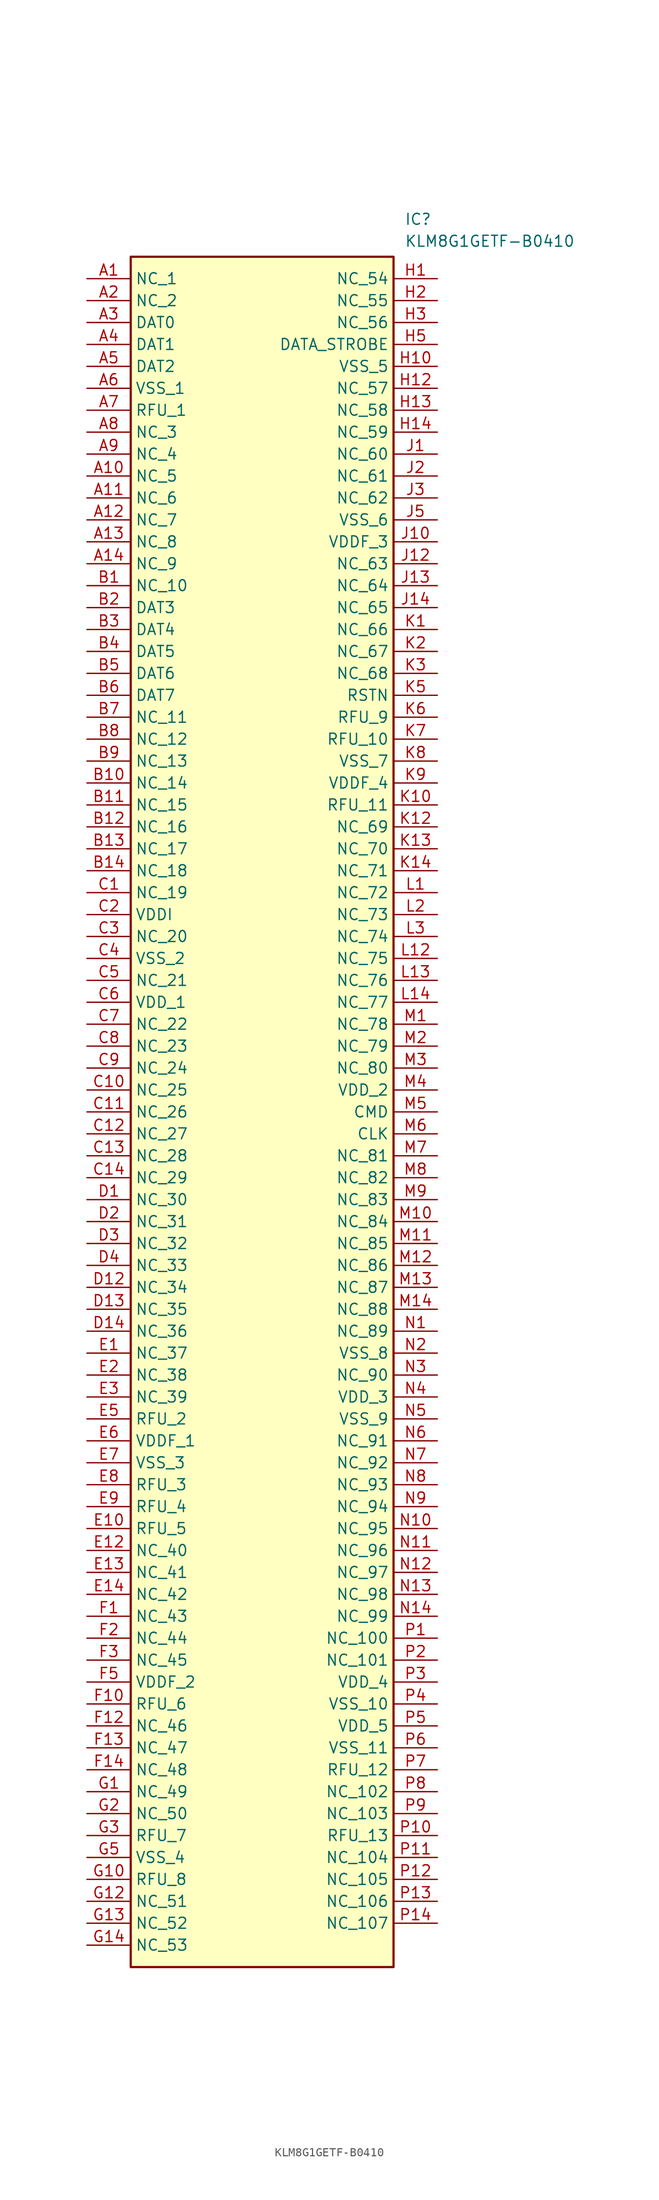
<source format=kicad_sym>
(kicad_symbol_lib
  (version 20211014)
  (generator SamacSys_ECAD_Model)
  (symbol "KLM8G1GETF-B0410"
    (property "Reference" "IC"
      (at 36.83 7.62 0)
      (effects (font (size 1.27 1.27)) (justify left top)))
    (property "Value" "KLM8G1GETF-B0410"
      (at 36.83 5.08 0)
      (effects (font (size 1.27 1.27)) (justify left top)))
    (rectangle
      (start 5.08 2.54)
      (end 35.56 -195.58)
      (stroke (width 0.254) (type default))
      (fill (type background)))
    (pin passive line
      (at 0 0 0)
      (length 5.08)
      (name "NC_1" (effects (font (size 1.27 1.27))))
      (number "A1" (effects (font (size 1.27 1.27)))))
    (pin passive line
      (at 0 -2.54 0)
      (length 5.08)
      (name "NC_2" (effects (font (size 1.27 1.27))))
      (number "A2" (effects (font (size 1.27 1.27)))))
    (pin passive line
      (at 0 -5.08 0)
      (length 5.08)
      (name "DAT0" (effects (font (size 1.27 1.27))))
      (number "A3" (effects (font (size 1.27 1.27)))))
    (pin passive line
      (at 0 -7.62 0)
      (length 5.08)
      (name "DAT1" (effects (font (size 1.27 1.27))))
      (number "A4" (effects (font (size 1.27 1.27)))))
    (pin passive line
      (at 0 -10.16 0)
      (length 5.08)
      (name "DAT2" (effects (font (size 1.27 1.27))))
      (number "A5" (effects (font (size 1.27 1.27)))))
    (pin passive line
      (at 0 -12.7 0)
      (length 5.08)
      (name "VSS_1" (effects (font (size 1.27 1.27))))
      (number "A6" (effects (font (size 1.27 1.27)))))
    (pin passive line
      (at 0 -15.24 0)
      (length 5.08)
      (name "RFU_1" (effects (font (size 1.27 1.27))))
      (number "A7" (effects (font (size 1.27 1.27)))))
    (pin passive line
      (at 0 -17.78 0)
      (length 5.08)
      (name "NC_3" (effects (font (size 1.27 1.27))))
      (number "A8" (effects (font (size 1.27 1.27)))))
    (pin passive line
      (at 0 -20.32 0)
      (length 5.08)
      (name "NC_4" (effects (font (size 1.27 1.27))))
      (number "A9" (effects (font (size 1.27 1.27)))))
    (pin passive line
      (at 0 -22.86 0)
      (length 5.08)
      (name "NC_5" (effects (font (size 1.27 1.27))))
      (number "A10" (effects (font (size 1.27 1.27)))))
    (pin passive line
      (at 0 -25.4 0)
      (length 5.08)
      (name "NC_6" (effects (font (size 1.27 1.27))))
      (number "A11" (effects (font (size 1.27 1.27)))))
    (pin passive line
      (at 0 -27.94 0)
      (length 5.08)
      (name "NC_7" (effects (font (size 1.27 1.27))))
      (number "A12" (effects (font (size 1.27 1.27)))))
    (pin passive line
      (at 0 -30.48 0)
      (length 5.08)
      (name "NC_8" (effects (font (size 1.27 1.27))))
      (number "A13" (effects (font (size 1.27 1.27)))))
    (pin passive line
      (at 0 -33.02 0)
      (length 5.08)
      (name "NC_9" (effects (font (size 1.27 1.27))))
      (number "A14" (effects (font (size 1.27 1.27)))))
    (pin passive line
      (at 0 -35.56 0)
      (length 5.08)
      (name "NC_10" (effects (font (size 1.27 1.27))))
      (number "B1" (effects (font (size 1.27 1.27)))))
    (pin passive line
      (at 0 -38.1 0)
      (length 5.08)
      (name "DAT3" (effects (font (size 1.27 1.27))))
      (number "B2" (effects (font (size 1.27 1.27)))))
    (pin passive line
      (at 0 -40.64 0)
      (length 5.08)
      (name "DAT4" (effects (font (size 1.27 1.27))))
      (number "B3" (effects (font (size 1.27 1.27)))))
    (pin passive line
      (at 0 -43.18 0)
      (length 5.08)
      (name "DAT5" (effects (font (size 1.27 1.27))))
      (number "B4" (effects (font (size 1.27 1.27)))))
    (pin passive line
      (at 0 -45.72 0)
      (length 5.08)
      (name "DAT6" (effects (font (size 1.27 1.27))))
      (number "B5" (effects (font (size 1.27 1.27)))))
    (pin passive line
      (at 0 -48.26 0)
      (length 5.08)
      (name "DAT7" (effects (font (size 1.27 1.27))))
      (number "B6" (effects (font (size 1.27 1.27)))))
    (pin passive line
      (at 0 -50.8 0)
      (length 5.08)
      (name "NC_11" (effects (font (size 1.27 1.27))))
      (number "B7" (effects (font (size 1.27 1.27)))))
    (pin passive line
      (at 0 -53.34 0)
      (length 5.08)
      (name "NC_12" (effects (font (size 1.27 1.27))))
      (number "B8" (effects (font (size 1.27 1.27)))))
    (pin passive line
      (at 0 -55.88 0)
      (length 5.08)
      (name "NC_13" (effects (font (size 1.27 1.27))))
      (number "B9" (effects (font (size 1.27 1.27)))))
    (pin passive line
      (at 0 -58.42 0)
      (length 5.08)
      (name "NC_14" (effects (font (size 1.27 1.27))))
      (number "B10" (effects (font (size 1.27 1.27)))))
    (pin passive line
      (at 0 -60.96 0)
      (length 5.08)
      (name "NC_15" (effects (font (size 1.27 1.27))))
      (number "B11" (effects (font (size 1.27 1.27)))))
    (pin passive line
      (at 0 -63.5 0)
      (length 5.08)
      (name "NC_16" (effects (font (size 1.27 1.27))))
      (number "B12" (effects (font (size 1.27 1.27)))))
    (pin passive line
      (at 0 -66.04 0)
      (length 5.08)
      (name "NC_17" (effects (font (size 1.27 1.27))))
      (number "B13" (effects (font (size 1.27 1.27)))))
    (pin passive line
      (at 0 -68.58 0)
      (length 5.08)
      (name "NC_18" (effects (font (size 1.27 1.27))))
      (number "B14" (effects (font (size 1.27 1.27)))))
    (pin passive line
      (at 0 -71.12 0)
      (length 5.08)
      (name "NC_19" (effects (font (size 1.27 1.27))))
      (number "C1" (effects (font (size 1.27 1.27)))))
    (pin passive line
      (at 0 -73.66 0)
      (length 5.08)
      (name "VDDI" (effects (font (size 1.27 1.27))))
      (number "C2" (effects (font (size 1.27 1.27)))))
    (pin passive line
      (at 0 -76.2 0)
      (length 5.08)
      (name "NC_20" (effects (font (size 1.27 1.27))))
      (number "C3" (effects (font (size 1.27 1.27)))))
    (pin passive line
      (at 0 -78.74 0)
      (length 5.08)
      (name "VSS_2" (effects (font (size 1.27 1.27))))
      (number "C4" (effects (font (size 1.27 1.27)))))
    (pin passive line
      (at 0 -81.28 0)
      (length 5.08)
      (name "NC_21" (effects (font (size 1.27 1.27))))
      (number "C5" (effects (font (size 1.27 1.27)))))
    (pin passive line
      (at 0 -83.82 0)
      (length 5.08)
      (name "VDD_1" (effects (font (size 1.27 1.27))))
      (number "C6" (effects (font (size 1.27 1.27)))))
    (pin passive line
      (at 0 -86.36 0)
      (length 5.08)
      (name "NC_22" (effects (font (size 1.27 1.27))))
      (number "C7" (effects (font (size 1.27 1.27)))))
    (pin passive line
      (at 0 -88.9 0)
      (length 5.08)
      (name "NC_23" (effects (font (size 1.27 1.27))))
      (number "C8" (effects (font (size 1.27 1.27)))))
    (pin passive line
      (at 0 -91.44 0)
      (length 5.08)
      (name "NC_24" (effects (font (size 1.27 1.27))))
      (number "C9" (effects (font (size 1.27 1.27)))))
    (pin passive line
      (at 0 -93.98 0)
      (length 5.08)
      (name "NC_25" (effects (font (size 1.27 1.27))))
      (number "C10" (effects (font (size 1.27 1.27)))))
    (pin passive line
      (at 0 -96.52 0)
      (length 5.08)
      (name "NC_26" (effects (font (size 1.27 1.27))))
      (number "C11" (effects (font (size 1.27 1.27)))))
    (pin passive line
      (at 0 -99.06 0)
      (length 5.08)
      (name "NC_27" (effects (font (size 1.27 1.27))))
      (number "C12" (effects (font (size 1.27 1.27)))))
    (pin passive line
      (at 0 -101.6 0)
      (length 5.08)
      (name "NC_28" (effects (font (size 1.27 1.27))))
      (number "C13" (effects (font (size 1.27 1.27)))))
    (pin passive line
      (at 0 -104.14 0)
      (length 5.08)
      (name "NC_29" (effects (font (size 1.27 1.27))))
      (number "C14" (effects (font (size 1.27 1.27)))))
    (pin passive line
      (at 0 -106.68 0)
      (length 5.08)
      (name "NC_30" (effects (font (size 1.27 1.27))))
      (number "D1" (effects (font (size 1.27 1.27)))))
    (pin passive line
      (at 0 -109.22 0)
      (length 5.08)
      (name "NC_31" (effects (font (size 1.27 1.27))))
      (number "D2" (effects (font (size 1.27 1.27)))))
    (pin passive line
      (at 0 -111.76 0)
      (length 5.08)
      (name "NC_32" (effects (font (size 1.27 1.27))))
      (number "D3" (effects (font (size 1.27 1.27)))))
    (pin passive line
      (at 0 -114.3 0)
      (length 5.08)
      (name "NC_33" (effects (font (size 1.27 1.27))))
      (number "D4" (effects (font (size 1.27 1.27)))))
    (pin passive line
      (at 0 -116.84 0)
      (length 5.08)
      (name "NC_34" (effects (font (size 1.27 1.27))))
      (number "D12" (effects (font (size 1.27 1.27)))))
    (pin passive line
      (at 0 -119.38 0)
      (length 5.08)
      (name "NC_35" (effects (font (size 1.27 1.27))))
      (number "D13" (effects (font (size 1.27 1.27)))))
    (pin passive line
      (at 0 -121.92 0)
      (length 5.08)
      (name "NC_36" (effects (font (size 1.27 1.27))))
      (number "D14" (effects (font (size 1.27 1.27)))))
    (pin passive line
      (at 0 -124.46 0)
      (length 5.08)
      (name "NC_37" (effects (font (size 1.27 1.27))))
      (number "E1" (effects (font (size 1.27 1.27)))))
    (pin passive line
      (at 0 -127 0)
      (length 5.08)
      (name "NC_38" (effects (font (size 1.27 1.27))))
      (number "E2" (effects (font (size 1.27 1.27)))))
    (pin passive line
      (at 0 -129.54 0)
      (length 5.08)
      (name "NC_39" (effects (font (size 1.27 1.27))))
      (number "E3" (effects (font (size 1.27 1.27)))))
    (pin passive line
      (at 0 -132.08 0)
      (length 5.08)
      (name "RFU_2" (effects (font (size 1.27 1.27))))
      (number "E5" (effects (font (size 1.27 1.27)))))
    (pin passive line
      (at 0 -134.62 0)
      (length 5.08)
      (name "VDDF_1" (effects (font (size 1.27 1.27))))
      (number "E6" (effects (font (size 1.27 1.27)))))
    (pin passive line
      (at 0 -137.16 0)
      (length 5.08)
      (name "VSS_3" (effects (font (size 1.27 1.27))))
      (number "E7" (effects (font (size 1.27 1.27)))))
    (pin passive line
      (at 0 -139.7 0)
      (length 5.08)
      (name "RFU_3" (effects (font (size 1.27 1.27))))
      (number "E8" (effects (font (size 1.27 1.27)))))
    (pin passive line
      (at 0 -142.24 0)
      (length 5.08)
      (name "RFU_4" (effects (font (size 1.27 1.27))))
      (number "E9" (effects (font (size 1.27 1.27)))))
    (pin passive line
      (at 0 -144.78 0)
      (length 5.08)
      (name "RFU_5" (effects (font (size 1.27 1.27))))
      (number "E10" (effects (font (size 1.27 1.27)))))
    (pin passive line
      (at 0 -147.32 0)
      (length 5.08)
      (name "NC_40" (effects (font (size 1.27 1.27))))
      (number "E12" (effects (font (size 1.27 1.27)))))
    (pin passive line
      (at 0 -149.86 0)
      (length 5.08)
      (name "NC_41" (effects (font (size 1.27 1.27))))
      (number "E13" (effects (font (size 1.27 1.27)))))
    (pin passive line
      (at 0 -152.4 0)
      (length 5.08)
      (name "NC_42" (effects (font (size 1.27 1.27))))
      (number "E14" (effects (font (size 1.27 1.27)))))
    (pin passive line
      (at 0 -154.94 0)
      (length 5.08)
      (name "NC_43" (effects (font (size 1.27 1.27))))
      (number "F1" (effects (font (size 1.27 1.27)))))
    (pin passive line
      (at 0 -157.48 0)
      (length 5.08)
      (name "NC_44" (effects (font (size 1.27 1.27))))
      (number "F2" (effects (font (size 1.27 1.27)))))
    (pin passive line
      (at 0 -160.02 0)
      (length 5.08)
      (name "NC_45" (effects (font (size 1.27 1.27))))
      (number "F3" (effects (font (size 1.27 1.27)))))
    (pin passive line
      (at 0 -162.56 0)
      (length 5.08)
      (name "VDDF_2" (effects (font (size 1.27 1.27))))
      (number "F5" (effects (font (size 1.27 1.27)))))
    (pin passive line
      (at 0 -165.1 0)
      (length 5.08)
      (name "RFU_6" (effects (font (size 1.27 1.27))))
      (number "F10" (effects (font (size 1.27 1.27)))))
    (pin passive line
      (at 0 -167.64 0)
      (length 5.08)
      (name "NC_46" (effects (font (size 1.27 1.27))))
      (number "F12" (effects (font (size 1.27 1.27)))))
    (pin passive line
      (at 0 -170.18 0)
      (length 5.08)
      (name "NC_47" (effects (font (size 1.27 1.27))))
      (number "F13" (effects (font (size 1.27 1.27)))))
    (pin passive line
      (at 0 -172.72 0)
      (length 5.08)
      (name "NC_48" (effects (font (size 1.27 1.27))))
      (number "F14" (effects (font (size 1.27 1.27)))))
    (pin passive line
      (at 0 -175.26 0)
      (length 5.08)
      (name "NC_49" (effects (font (size 1.27 1.27))))
      (number "G1" (effects (font (size 1.27 1.27)))))
    (pin passive line
      (at 0 -177.8 0)
      (length 5.08)
      (name "NC_50" (effects (font (size 1.27 1.27))))
      (number "G2" (effects (font (size 1.27 1.27)))))
    (pin passive line
      (at 0 -180.34 0)
      (length 5.08)
      (name "RFU_7" (effects (font (size 1.27 1.27))))
      (number "G3" (effects (font (size 1.27 1.27)))))
    (pin passive line
      (at 0 -182.88 0)
      (length 5.08)
      (name "VSS_4" (effects (font (size 1.27 1.27))))
      (number "G5" (effects (font (size 1.27 1.27)))))
    (pin passive line
      (at 0 -185.42 0)
      (length 5.08)
      (name "RFU_8" (effects (font (size 1.27 1.27))))
      (number "G10" (effects (font (size 1.27 1.27)))))
    (pin passive line
      (at 0 -187.96 0)
      (length 5.08)
      (name "NC_51" (effects (font (size 1.27 1.27))))
      (number "G12" (effects (font (size 1.27 1.27)))))
    (pin passive line
      (at 0 -190.5 0)
      (length 5.08)
      (name "NC_52" (effects (font (size 1.27 1.27))))
      (number "G13" (effects (font (size 1.27 1.27)))))
    (pin passive line
      (at 0 -193.04 0)
      (length 5.08)
      (name "NC_53" (effects (font (size 1.27 1.27))))
      (number "G14" (effects (font (size 1.27 1.27)))))
    (pin passive line
      (at 40.64 0 180)
      (length 5.08)
      (name "NC_54" (effects (font (size 1.27 1.27))))
      (number "H1" (effects (font (size 1.27 1.27)))))
    (pin passive line
      (at 40.64 -2.54 180)
      (length 5.08)
      (name "NC_55" (effects (font (size 1.27 1.27))))
      (number "H2" (effects (font (size 1.27 1.27)))))
    (pin passive line
      (at 40.64 -5.08 180)
      (length 5.08)
      (name "NC_56" (effects (font (size 1.27 1.27))))
      (number "H3" (effects (font (size 1.27 1.27)))))
    (pin passive line
      (at 40.64 -7.62 180)
      (length 5.08)
      (name "DATA_STROBE" (effects (font (size 1.27 1.27))))
      (number "H5" (effects (font (size 1.27 1.27)))))
    (pin passive line
      (at 40.64 -10.16 180)
      (length 5.08)
      (name "VSS_5" (effects (font (size 1.27 1.27))))
      (number "H10" (effects (font (size 1.27 1.27)))))
    (pin passive line
      (at 40.64 -12.7 180)
      (length 5.08)
      (name "NC_57" (effects (font (size 1.27 1.27))))
      (number "H12" (effects (font (size 1.27 1.27)))))
    (pin passive line
      (at 40.64 -15.24 180)
      (length 5.08)
      (name "NC_58" (effects (font (size 1.27 1.27))))
      (number "H13" (effects (font (size 1.27 1.27)))))
    (pin passive line
      (at 40.64 -17.78 180)
      (length 5.08)
      (name "NC_59" (effects (font (size 1.27 1.27))))
      (number "H14" (effects (font (size 1.27 1.27)))))
    (pin passive line
      (at 40.64 -20.32 180)
      (length 5.08)
      (name "NC_60" (effects (font (size 1.27 1.27))))
      (number "J1" (effects (font (size 1.27 1.27)))))
    (pin passive line
      (at 40.64 -22.86 180)
      (length 5.08)
      (name "NC_61" (effects (font (size 1.27 1.27))))
      (number "J2" (effects (font (size 1.27 1.27)))))
    (pin passive line
      (at 40.64 -25.4 180)
      (length 5.08)
      (name "NC_62" (effects (font (size 1.27 1.27))))
      (number "J3" (effects (font (size 1.27 1.27)))))
    (pin passive line
      (at 40.64 -27.94 180)
      (length 5.08)
      (name "VSS_6" (effects (font (size 1.27 1.27))))
      (number "J5" (effects (font (size 1.27 1.27)))))
    (pin passive line
      (at 40.64 -30.48 180)
      (length 5.08)
      (name "VDDF_3" (effects (font (size 1.27 1.27))))
      (number "J10" (effects (font (size 1.27 1.27)))))
    (pin passive line
      (at 40.64 -33.02 180)
      (length 5.08)
      (name "NC_63" (effects (font (size 1.27 1.27))))
      (number "J12" (effects (font (size 1.27 1.27)))))
    (pin passive line
      (at 40.64 -35.56 180)
      (length 5.08)
      (name "NC_64" (effects (font (size 1.27 1.27))))
      (number "J13" (effects (font (size 1.27 1.27)))))
    (pin passive line
      (at 40.64 -38.1 180)
      (length 5.08)
      (name "NC_65" (effects (font (size 1.27 1.27))))
      (number "J14" (effects (font (size 1.27 1.27)))))
    (pin passive line
      (at 40.64 -40.64 180)
      (length 5.08)
      (name "NC_66" (effects (font (size 1.27 1.27))))
      (number "K1" (effects (font (size 1.27 1.27)))))
    (pin passive line
      (at 40.64 -43.18 180)
      (length 5.08)
      (name "NC_67" (effects (font (size 1.27 1.27))))
      (number "K2" (effects (font (size 1.27 1.27)))))
    (pin passive line
      (at 40.64 -45.72 180)
      (length 5.08)
      (name "NC_68" (effects (font (size 1.27 1.27))))
      (number "K3" (effects (font (size 1.27 1.27)))))
    (pin passive line
      (at 40.64 -48.26 180)
      (length 5.08)
      (name "RSTN" (effects (font (size 1.27 1.27))))
      (number "K5" (effects (font (size 1.27 1.27)))))
    (pin passive line
      (at 40.64 -50.8 180)
      (length 5.08)
      (name "RFU_9" (effects (font (size 1.27 1.27))))
      (number "K6" (effects (font (size 1.27 1.27)))))
    (pin passive line
      (at 40.64 -53.34 180)
      (length 5.08)
      (name "RFU_10" (effects (font (size 1.27 1.27))))
      (number "K7" (effects (font (size 1.27 1.27)))))
    (pin passive line
      (at 40.64 -55.88 180)
      (length 5.08)
      (name "VSS_7" (effects (font (size 1.27 1.27))))
      (number "K8" (effects (font (size 1.27 1.27)))))
    (pin passive line
      (at 40.64 -58.42 180)
      (length 5.08)
      (name "VDDF_4" (effects (font (size 1.27 1.27))))
      (number "K9" (effects (font (size 1.27 1.27)))))
    (pin passive line
      (at 40.64 -60.96 180)
      (length 5.08)
      (name "RFU_11" (effects (font (size 1.27 1.27))))
      (number "K10" (effects (font (size 1.27 1.27)))))
    (pin passive line
      (at 40.64 -63.5 180)
      (length 5.08)
      (name "NC_69" (effects (font (size 1.27 1.27))))
      (number "K12" (effects (font (size 1.27 1.27)))))
    (pin passive line
      (at 40.64 -66.04 180)
      (length 5.08)
      (name "NC_70" (effects (font (size 1.27 1.27))))
      (number "K13" (effects (font (size 1.27 1.27)))))
    (pin passive line
      (at 40.64 -68.58 180)
      (length 5.08)
      (name "NC_71" (effects (font (size 1.27 1.27))))
      (number "K14" (effects (font (size 1.27 1.27)))))
    (pin passive line
      (at 40.64 -71.12 180)
      (length 5.08)
      (name "NC_72" (effects (font (size 1.27 1.27))))
      (number "L1" (effects (font (size 1.27 1.27)))))
    (pin passive line
      (at 40.64 -73.66 180)
      (length 5.08)
      (name "NC_73" (effects (font (size 1.27 1.27))))
      (number "L2" (effects (font (size 1.27 1.27)))))
    (pin passive line
      (at 40.64 -76.2 180)
      (length 5.08)
      (name "NC_74" (effects (font (size 1.27 1.27))))
      (number "L3" (effects (font (size 1.27 1.27)))))
    (pin passive line
      (at 40.64 -78.74 180)
      (length 5.08)
      (name "NC_75" (effects (font (size 1.27 1.27))))
      (number "L12" (effects (font (size 1.27 1.27)))))
    (pin passive line
      (at 40.64 -81.28 180)
      (length 5.08)
      (name "NC_76" (effects (font (size 1.27 1.27))))
      (number "L13" (effects (font (size 1.27 1.27)))))
    (pin passive line
      (at 40.64 -83.82 180)
      (length 5.08)
      (name "NC_77" (effects (font (size 1.27 1.27))))
      (number "L14" (effects (font (size 1.27 1.27)))))
    (pin passive line
      (at 40.64 -86.36 180)
      (length 5.08)
      (name "NC_78" (effects (font (size 1.27 1.27))))
      (number "M1" (effects (font (size 1.27 1.27)))))
    (pin passive line
      (at 40.64 -88.9 180)
      (length 5.08)
      (name "NC_79" (effects (font (size 1.27 1.27))))
      (number "M2" (effects (font (size 1.27 1.27)))))
    (pin passive line
      (at 40.64 -91.44 180)
      (length 5.08)
      (name "NC_80" (effects (font (size 1.27 1.27))))
      (number "M3" (effects (font (size 1.27 1.27)))))
    (pin passive line
      (at 40.64 -93.98 180)
      (length 5.08)
      (name "VDD_2" (effects (font (size 1.27 1.27))))
      (number "M4" (effects (font (size 1.27 1.27)))))
    (pin passive line
      (at 40.64 -96.52 180)
      (length 5.08)
      (name "CMD" (effects (font (size 1.27 1.27))))
      (number "M5" (effects (font (size 1.27 1.27)))))
    (pin passive line
      (at 40.64 -99.06 180)
      (length 5.08)
      (name "CLK" (effects (font (size 1.27 1.27))))
      (number "M6" (effects (font (size 1.27 1.27)))))
    (pin passive line
      (at 40.64 -101.6 180)
      (length 5.08)
      (name "NC_81" (effects (font (size 1.27 1.27))))
      (number "M7" (effects (font (size 1.27 1.27)))))
    (pin passive line
      (at 40.64 -104.14 180)
      (length 5.08)
      (name "NC_82" (effects (font (size 1.27 1.27))))
      (number "M8" (effects (font (size 1.27 1.27)))))
    (pin passive line
      (at 40.64 -106.68 180)
      (length 5.08)
      (name "NC_83" (effects (font (size 1.27 1.27))))
      (number "M9" (effects (font (size 1.27 1.27)))))
    (pin passive line
      (at 40.64 -109.22 180)
      (length 5.08)
      (name "NC_84" (effects (font (size 1.27 1.27))))
      (number "M10" (effects (font (size 1.27 1.27)))))
    (pin passive line
      (at 40.64 -111.76 180)
      (length 5.08)
      (name "NC_85" (effects (font (size 1.27 1.27))))
      (number "M11" (effects (font (size 1.27 1.27)))))
    (pin passive line
      (at 40.64 -114.3 180)
      (length 5.08)
      (name "NC_86" (effects (font (size 1.27 1.27))))
      (number "M12" (effects (font (size 1.27 1.27)))))
    (pin passive line
      (at 40.64 -116.84 180)
      (length 5.08)
      (name "NC_87" (effects (font (size 1.27 1.27))))
      (number "M13" (effects (font (size 1.27 1.27)))))
    (pin passive line
      (at 40.64 -119.38 180)
      (length 5.08)
      (name "NC_88" (effects (font (size 1.27 1.27))))
      (number "M14" (effects (font (size 1.27 1.27)))))
    (pin passive line
      (at 40.64 -121.92 180)
      (length 5.08)
      (name "NC_89" (effects (font (size 1.27 1.27))))
      (number "N1" (effects (font (size 1.27 1.27)))))
    (pin passive line
      (at 40.64 -124.46 180)
      (length 5.08)
      (name "VSS_8" (effects (font (size 1.27 1.27))))
      (number "N2" (effects (font (size 1.27 1.27)))))
    (pin passive line
      (at 40.64 -127 180)
      (length 5.08)
      (name "NC_90" (effects (font (size 1.27 1.27))))
      (number "N3" (effects (font (size 1.27 1.27)))))
    (pin passive line
      (at 40.64 -129.54 180)
      (length 5.08)
      (name "VDD_3" (effects (font (size 1.27 1.27))))
      (number "N4" (effects (font (size 1.27 1.27)))))
    (pin passive line
      (at 40.64 -132.08 180)
      (length 5.08)
      (name "VSS_9" (effects (font (size 1.27 1.27))))
      (number "N5" (effects (font (size 1.27 1.27)))))
    (pin passive line
      (at 40.64 -134.62 180)
      (length 5.08)
      (name "NC_91" (effects (font (size 1.27 1.27))))
      (number "N6" (effects (font (size 1.27 1.27)))))
    (pin passive line
      (at 40.64 -137.16 180)
      (length 5.08)
      (name "NC_92" (effects (font (size 1.27 1.27))))
      (number "N7" (effects (font (size 1.27 1.27)))))
    (pin passive line
      (at 40.64 -139.7 180)
      (length 5.08)
      (name "NC_93" (effects (font (size 1.27 1.27))))
      (number "N8" (effects (font (size 1.27 1.27)))))
    (pin passive line
      (at 40.64 -142.24 180)
      (length 5.08)
      (name "NC_94" (effects (font (size 1.27 1.27))))
      (number "N9" (effects (font (size 1.27 1.27)))))
    (pin passive line
      (at 40.64 -144.78 180)
      (length 5.08)
      (name "NC_95" (effects (font (size 1.27 1.27))))
      (number "N10" (effects (font (size 1.27 1.27)))))
    (pin passive line
      (at 40.64 -147.32 180)
      (length 5.08)
      (name "NC_96" (effects (font (size 1.27 1.27))))
      (number "N11" (effects (font (size 1.27 1.27)))))
    (pin passive line
      (at 40.64 -149.86 180)
      (length 5.08)
      (name "NC_97" (effects (font (size 1.27 1.27))))
      (number "N12" (effects (font (size 1.27 1.27)))))
    (pin passive line
      (at 40.64 -152.4 180)
      (length 5.08)
      (name "NC_98" (effects (font (size 1.27 1.27))))
      (number "N13" (effects (font (size 1.27 1.27)))))
    (pin passive line
      (at 40.64 -154.94 180)
      (length 5.08)
      (name "NC_99" (effects (font (size 1.27 1.27))))
      (number "N14" (effects (font (size 1.27 1.27)))))
    (pin passive line
      (at 40.64 -157.48 180)
      (length 5.08)
      (name "NC_100" (effects (font (size 1.27 1.27))))
      (number "P1" (effects (font (size 1.27 1.27)))))
    (pin passive line
      (at 40.64 -160.02 180)
      (length 5.08)
      (name "NC_101" (effects (font (size 1.27 1.27))))
      (number "P2" (effects (font (size 1.27 1.27)))))
    (pin passive line
      (at 40.64 -162.56 180)
      (length 5.08)
      (name "VDD_4" (effects (font (size 1.27 1.27))))
      (number "P3" (effects (font (size 1.27 1.27)))))
    (pin passive line
      (at 40.64 -165.1 180)
      (length 5.08)
      (name "VSS_10" (effects (font (size 1.27 1.27))))
      (number "P4" (effects (font (size 1.27 1.27)))))
    (pin passive line
      (at 40.64 -167.64 180)
      (length 5.08)
      (name "VDD_5" (effects (font (size 1.27 1.27))))
      (number "P5" (effects (font (size 1.27 1.27)))))
    (pin passive line
      (at 40.64 -170.18 180)
      (length 5.08)
      (name "VSS_11" (effects (font (size 1.27 1.27))))
      (number "P6" (effects (font (size 1.27 1.27)))))
    (pin passive line
      (at 40.64 -172.72 180)
      (length 5.08)
      (name "RFU_12" (effects (font (size 1.27 1.27))))
      (number "P7" (effects (font (size 1.27 1.27)))))
    (pin passive line
      (at 40.64 -175.26 180)
      (length 5.08)
      (name "NC_102" (effects (font (size 1.27 1.27))))
      (number "P8" (effects (font (size 1.27 1.27)))))
    (pin passive line
      (at 40.64 -177.8 180)
      (length 5.08)
      (name "NC_103" (effects (font (size 1.27 1.27))))
      (number "P9" (effects (font (size 1.27 1.27)))))
    (pin passive line
      (at 40.64 -180.34 180)
      (length 5.08)
      (name "RFU_13" (effects (font (size 1.27 1.27))))
      (number "P10" (effects (font (size 1.27 1.27)))))
    (pin passive line
      (at 40.64 -182.88 180)
      (length 5.08)
      (name "NC_104" (effects (font (size 1.27 1.27))))
      (number "P11" (effects (font (size 1.27 1.27)))))
    (pin passive line
      (at 40.64 -185.42 180)
      (length 5.08)
      (name "NC_105" (effects (font (size 1.27 1.27))))
      (number "P12" (effects (font (size 1.27 1.27)))))
    (pin passive line
      (at 40.64 -187.96 180)
      (length 5.08)
      (name "NC_106" (effects (font (size 1.27 1.27))))
      (number "P13" (effects (font (size 1.27 1.27)))))
    (pin passive line
      (at 40.64 -190.5 180)
      (length 5.08)
      (name "NC_107" (effects (font (size 1.27 1.27))))
      (number "P14" (effects (font (size 1.27 1.27)))))))
</source>
